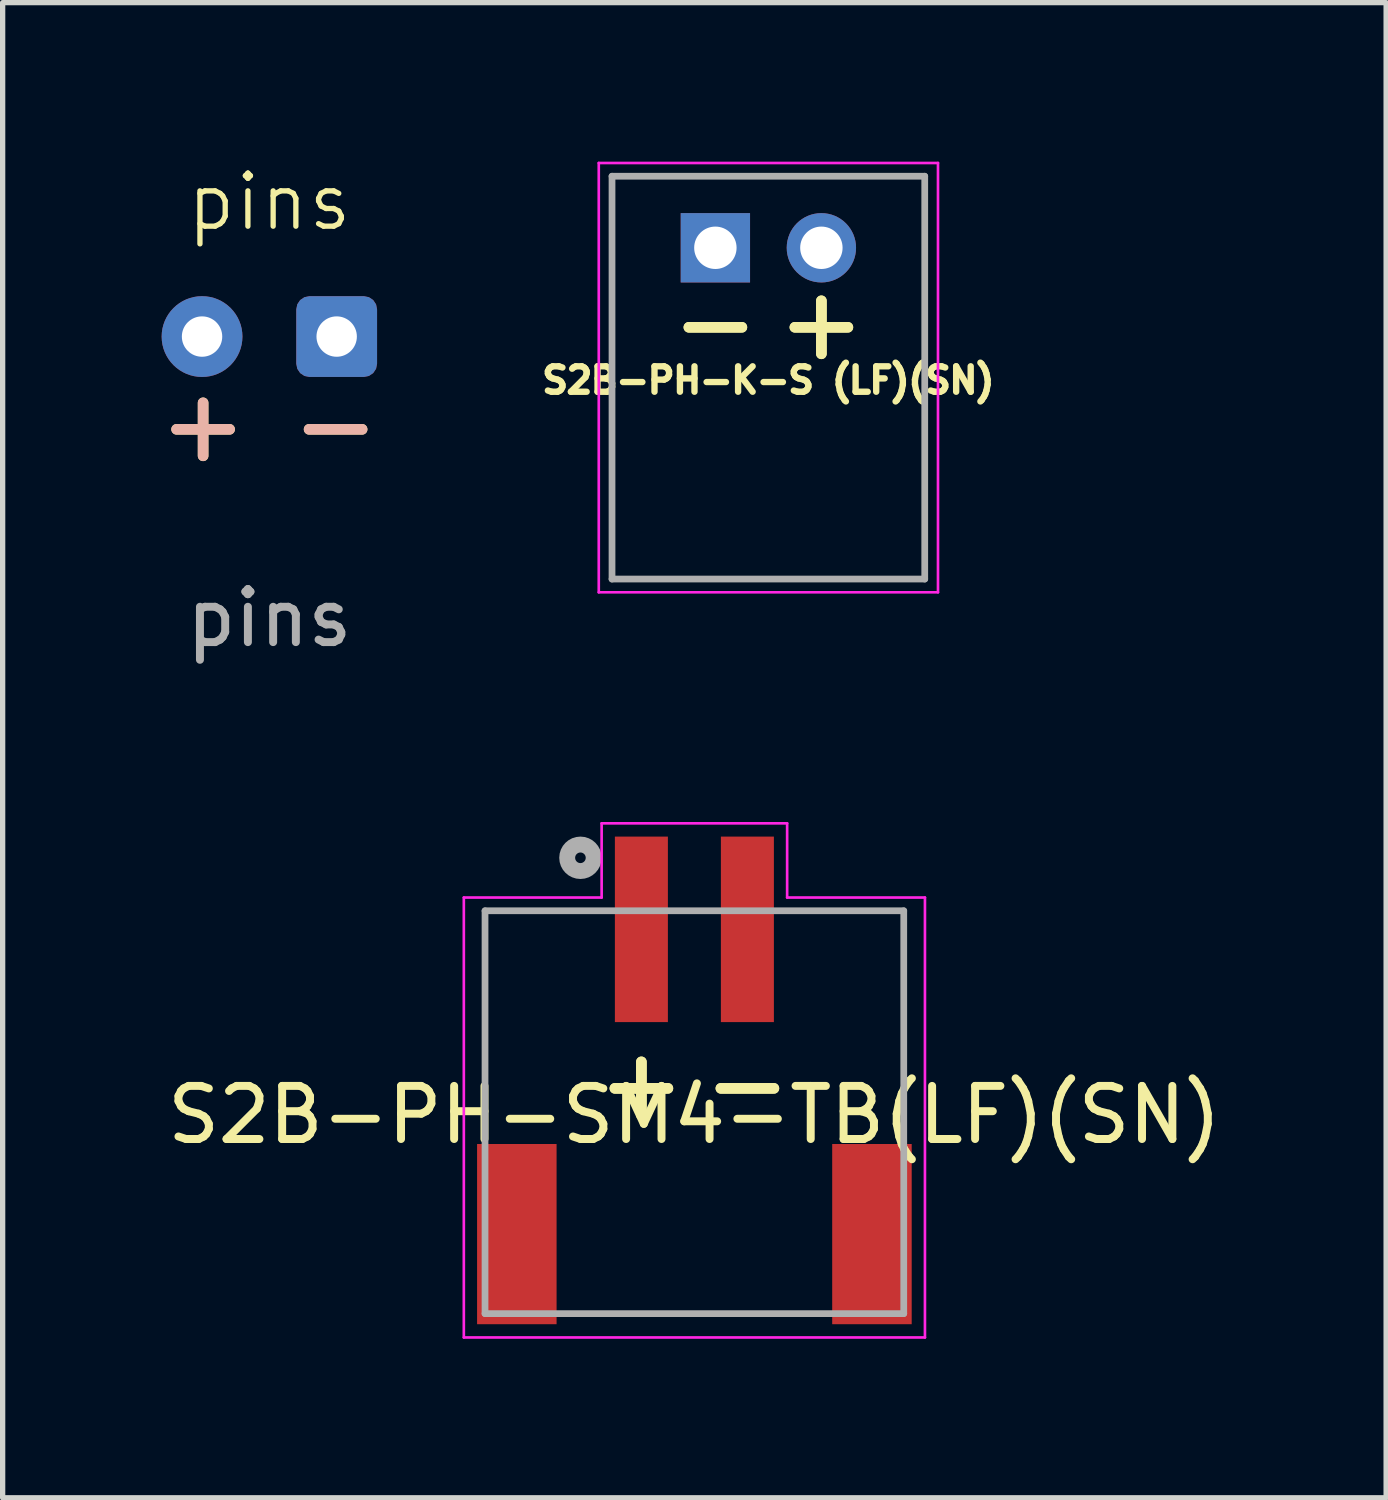
<source format=kicad_pcb>
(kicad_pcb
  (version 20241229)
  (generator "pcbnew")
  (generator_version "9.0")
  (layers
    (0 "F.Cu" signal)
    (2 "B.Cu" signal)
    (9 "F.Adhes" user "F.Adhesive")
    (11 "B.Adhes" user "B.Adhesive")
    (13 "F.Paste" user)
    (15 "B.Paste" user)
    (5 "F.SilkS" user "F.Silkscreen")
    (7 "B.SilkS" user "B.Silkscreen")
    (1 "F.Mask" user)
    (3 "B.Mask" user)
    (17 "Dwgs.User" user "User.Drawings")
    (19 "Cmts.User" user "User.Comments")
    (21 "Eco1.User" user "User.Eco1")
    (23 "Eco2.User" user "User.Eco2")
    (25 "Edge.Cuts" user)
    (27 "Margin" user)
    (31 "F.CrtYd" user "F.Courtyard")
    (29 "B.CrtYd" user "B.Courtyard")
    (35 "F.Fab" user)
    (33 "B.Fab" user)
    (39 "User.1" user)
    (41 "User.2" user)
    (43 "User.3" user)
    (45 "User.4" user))
  (footprint "S2B-PH-K-S (LF)(SN)"
    (layer "F.Cu")
    (at 11.447 1.625)
    (property "Reference" "S2B-PH-K-S (LF)(SN)" (at 0 2.5 0) (layer "F.SilkS") (effects (font (size 0.48 0.48) (thickness 0.12))))
    (attr through_hole)
    (fp_line (start -1.5 1.5) (end -0.5 1.5) (stroke (width 0.2) (type default)) (layer "F.SilkS"))
    (fp_line (start -1.5 1.5) (end -0.5 1.5) (stroke (width 0.2) (type default)) (layer "F.SilkS"))
    (fp_line (start 0.5 1.5) (end 1.5 1.5) (stroke (width 0.2) (type default)) (layer "F.SilkS"))
    (fp_line (start 0.5 1.5) (end 1.5 1.5) (stroke (width 0.2) (type default)) (layer "F.SilkS"))
    (fp_line (start 1 1) (end 1 2) (stroke (width 0.2) (type default)) (layer "F.SilkS"))
    (fp_line (start 1 1) (end 1 2) (stroke (width 0.2) (type default)) (layer "F.SilkS"))
    (fp_line (start -3.2 -1.6) (end 3.2 -1.6) (stroke (width 0.05) (type solid)) (layer "F.CrtYd"))
    (fp_line (start -3.2 6.5) (end -3.2 -1.6) (stroke (width 0.05) (type solid)) (layer "F.CrtYd"))
    (fp_line (start 3.2 -1.6) (end 3.2 6.5) (stroke (width 0.05) (type solid)) (layer "F.CrtYd"))
    (fp_line (start 3.2 6.5) (end -3.2 6.5) (stroke (width 0.05) (type solid)) (layer "F.CrtYd"))
    (fp_line (start -2.95 -1.35) (end 2.95 -1.35) (stroke (width 0.127) (type solid)) (layer "F.Fab"))
    (fp_line (start -2.95 6.25) (end -2.95 -1.35) (stroke (width 0.127) (type solid)) (layer "F.Fab"))
    (fp_line (start 2.95 -1.35) (end 2.95 6.25) (stroke (width 0.127) (type solid)) (layer "F.Fab"))
    (fp_line (start 2.95 6.25) (end -2.95 6.25) (stroke (width 0.127) (type solid)) (layer "F.Fab"))
    (pad "1" thru_hole rect (at -1 0) (size 1.308 1.308) (drill 0.8) (layers "*.Cu" "*.Mask"))
    (pad "2" thru_hole circle (at 1 0) (size 1.308 1.308) (drill 0.8) (layers "*.Cu" "*.Mask")))
  (footprint "S2B-PH-SM4-TB(LF)(SN)"
    (layer "F.Cu")
    (at 10.051 14.484)
    (property "Reference" "S2B-PH-SM4-TB(LF)(SN)" (at 0 3.5 0) (layer "F.SilkS") (effects (font (size 1.002 1.002) (thickness 0.15))))
    (attr smd)
    (fp_line (start -1 3.5) (end -1 2.5) (stroke (width 0.2) (type default)) (layer "F.SilkS"))
    (fp_line (start -1 3.5) (end -1 2.5) (stroke (width 0.2) (type default)) (layer "F.SilkS"))
    (fp_line (start -0.5 3) (end -1.5 3) (stroke (width 0.2) (type default)) (layer "F.SilkS"))
    (fp_line (start -0.5 3) (end -1.5 3) (stroke (width 0.2) (type default)) (layer "F.SilkS"))
    (fp_line (start 1.5 3) (end 0.5 3) (stroke (width 0.2) (type default)) (layer "F.SilkS"))
    (fp_line (start 1.5 3) (end 0.5 3) (stroke (width 0.2) (type default)) (layer "F.SilkS"))
    (fp_line (start -4.35 -0.6) (end -1.75 -0.6) (stroke (width 0.05) (type solid)) (layer "F.CrtYd"))
    (fp_line (start -4.35 7.7) (end -4.35 -0.6) (stroke (width 0.05) (type solid)) (layer "F.CrtYd"))
    (fp_line (start -1.75 -2) (end 1.75 -2) (stroke (width 0.05) (type solid)) (layer "F.CrtYd"))
    (fp_line (start -1.75 -0.6) (end -1.75 -2) (stroke (width 0.05) (type solid)) (layer "F.CrtYd"))
    (fp_line (start 1.75 -2) (end 1.75 -0.6) (stroke (width 0.05) (type solid)) (layer "F.CrtYd"))
    (fp_line (start 1.75 -0.6) (end 4.35 -0.6) (stroke (width 0.05) (type solid)) (layer "F.CrtYd"))
    (fp_line (start 4.35 -0.6) (end 4.35 7.7) (stroke (width 0.05) (type solid)) (layer "F.CrtYd"))
    (fp_line (start 4.35 7.7) (end -4.35 7.7) (stroke (width 0.05) (type solid)) (layer "F.CrtYd"))
    (fp_line (start -3.95 -0.35) (end 3.95 -0.35) (stroke (width 0.127) (type solid)) (layer "F.Fab"))
    (fp_line (start -3.95 7.25) (end -3.95 -0.35) (stroke (width 0.127) (type solid)) (layer "F.Fab"))
    (fp_line (start 3.95 -0.35) (end 3.95 7.25) (stroke (width 0.127) (type solid)) (layer "F.Fab"))
    (fp_line (start 3.95 7.25) (end -3.95 7.25) (stroke (width 0.127) (type solid)) (layer "F.Fab"))
    (fp_circle (center -2.15 -1.35) (end -2.05 -1.35) (stroke (width 0.3) (type solid)) (fill no) (layer "F.Fab"))
    (pad "1" smd rect (at -1 0) (size 1 3.5) (layers "F.Cu" "F.Mask" "F.Paste"))
    (pad "2" smd rect (at 1 0) (size 1 3.5) (layers "F.Cu" "F.Mask" "F.Paste"))
    (pad "S1" smd rect (at -3.35 5.75) (size 1.5 3.4) (layers "F.Cu" "F.Mask" "F.Paste"))
    (pad "S2" smd rect (at 3.35 5.75) (size 1.5 3.4) (layers "F.Cu" "F.Mask" "F.Paste")))
  (footprint "pins"
    (layer "F.Cu")
    (at 2.032 3.3)
    (property "Reference" "pins" (at 0 -2.54 0) (unlocked yes) (layer "F.SilkS") (effects (font (size 1 1) (thickness 0.1))))
    (attr through_hole)
    (fp_line (start -1.75 1.75) (end -0.75 1.75) (stroke (width 0.2) (type default)) (layer "F.SilkS"))
    (fp_line (start -1.25 1.25) (end -1.25 2.25) (stroke (width 0.2) (type default)) (layer "F.SilkS"))
    (fp_line (start 0.75 1.75) (end 1.75 1.75) (stroke (width 0.2) (type default)) (layer "F.SilkS"))
    (fp_line (start -1.75 1.75) (end -0.75 1.75) (stroke (width 0.2) (type default)) (layer "B.SilkS"))
    (fp_line (start -1.25 1.25) (end -1.25 2.25) (stroke (width 0.2) (type default)) (layer "B.SilkS"))
    (fp_line (start 0.75 1.75) (end 1.75 1.75) (stroke (width 0.2) (type default)) (layer "B.SilkS"))
    (fp_text user "${REFERENCE}" (at 0 5.31 0) (unlocked yes) (layer "F.Fab") (effects (font (size 1 1) (thickness 0.15))))
    (pad "1" thru_hole circle (at -1.27 0) (size 1.524 1.524) (drill 0.762) (layers "*.Cu" "*.Mask"))
    (pad "2" thru_hole roundrect (at 1.27 0) (size 1.524 1.524) (drill 0.762) (layers "*.Cu" "*.Mask") (roundrect_rratio 0.164)))
  (gr_rect
    (start -3 -3)
    (end 23.102 25.209)
    (stroke (width 0.1) (type default))
    (fill no)
    (layer "Edge.Cuts")))
</source>
